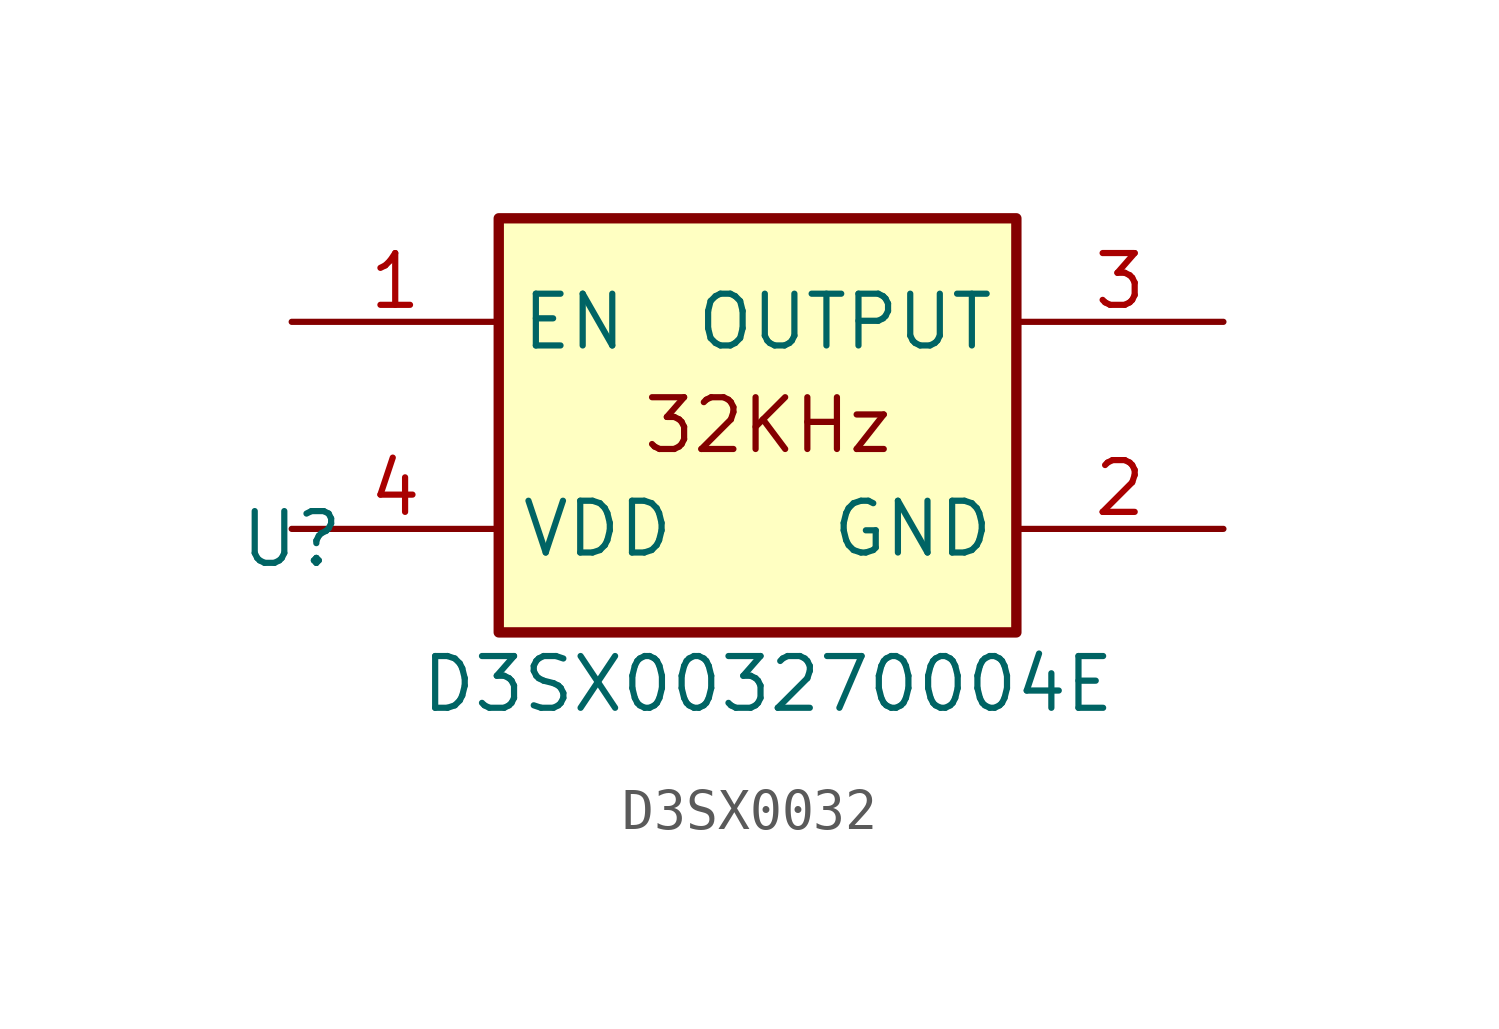
<source format=kicad_sym>
(kicad_symbol_lib
  (version 20231120)
  (generator "kicad_symbol_editor")
  (generator_version "8.0")
  (symbol "D3SX0032"
    (property "Reference" "U"
      (at 0 -0.254 0)
      (effects (font (size 1.27 1.27))))
    (property "Value" "D3SX003270004E"
      (at 11.684 -3.81 0)
      (effects (font (size 1.27 1.27))))
    (symbol "D3SX0032_0_1"
      (rectangle (start 5.08 7.62) (end 17.78 -2.54) (stroke (width 0.254) (type default)) (fill (type background))))
    (symbol "D3SX0032_1_1"
      (text "32KHz" (at 11.684 2.54 0) (effects (font (size 1.27 1.27))))
      (pin passive line (at 0 5.08 0) (length 5.08) (name "EN" (effects (font (size 1.27 1.27)))) (number "1" (effects (font (size 1.27 1.27)))))
      (pin passive line (at 22.86 0 180) (length 5.08) (name "GND" (effects (font (size 1.27 1.27)))) (number "2" (effects (font (size 1.27 1.27)))))
      (pin passive line (at 22.86 5.08 180) (length 5.08) (name "OUTPUT" (effects (font (size 1.27 1.27)))) (number "3" (effects (font (size 1.27 1.27)))))
      (pin passive line (at 0 0 0) (length 5.08) (name "VDD" (effects (font (size 1.27 1.27)))) (number "4" (effects (font (size 1.27 1.27))))))))
</source>
